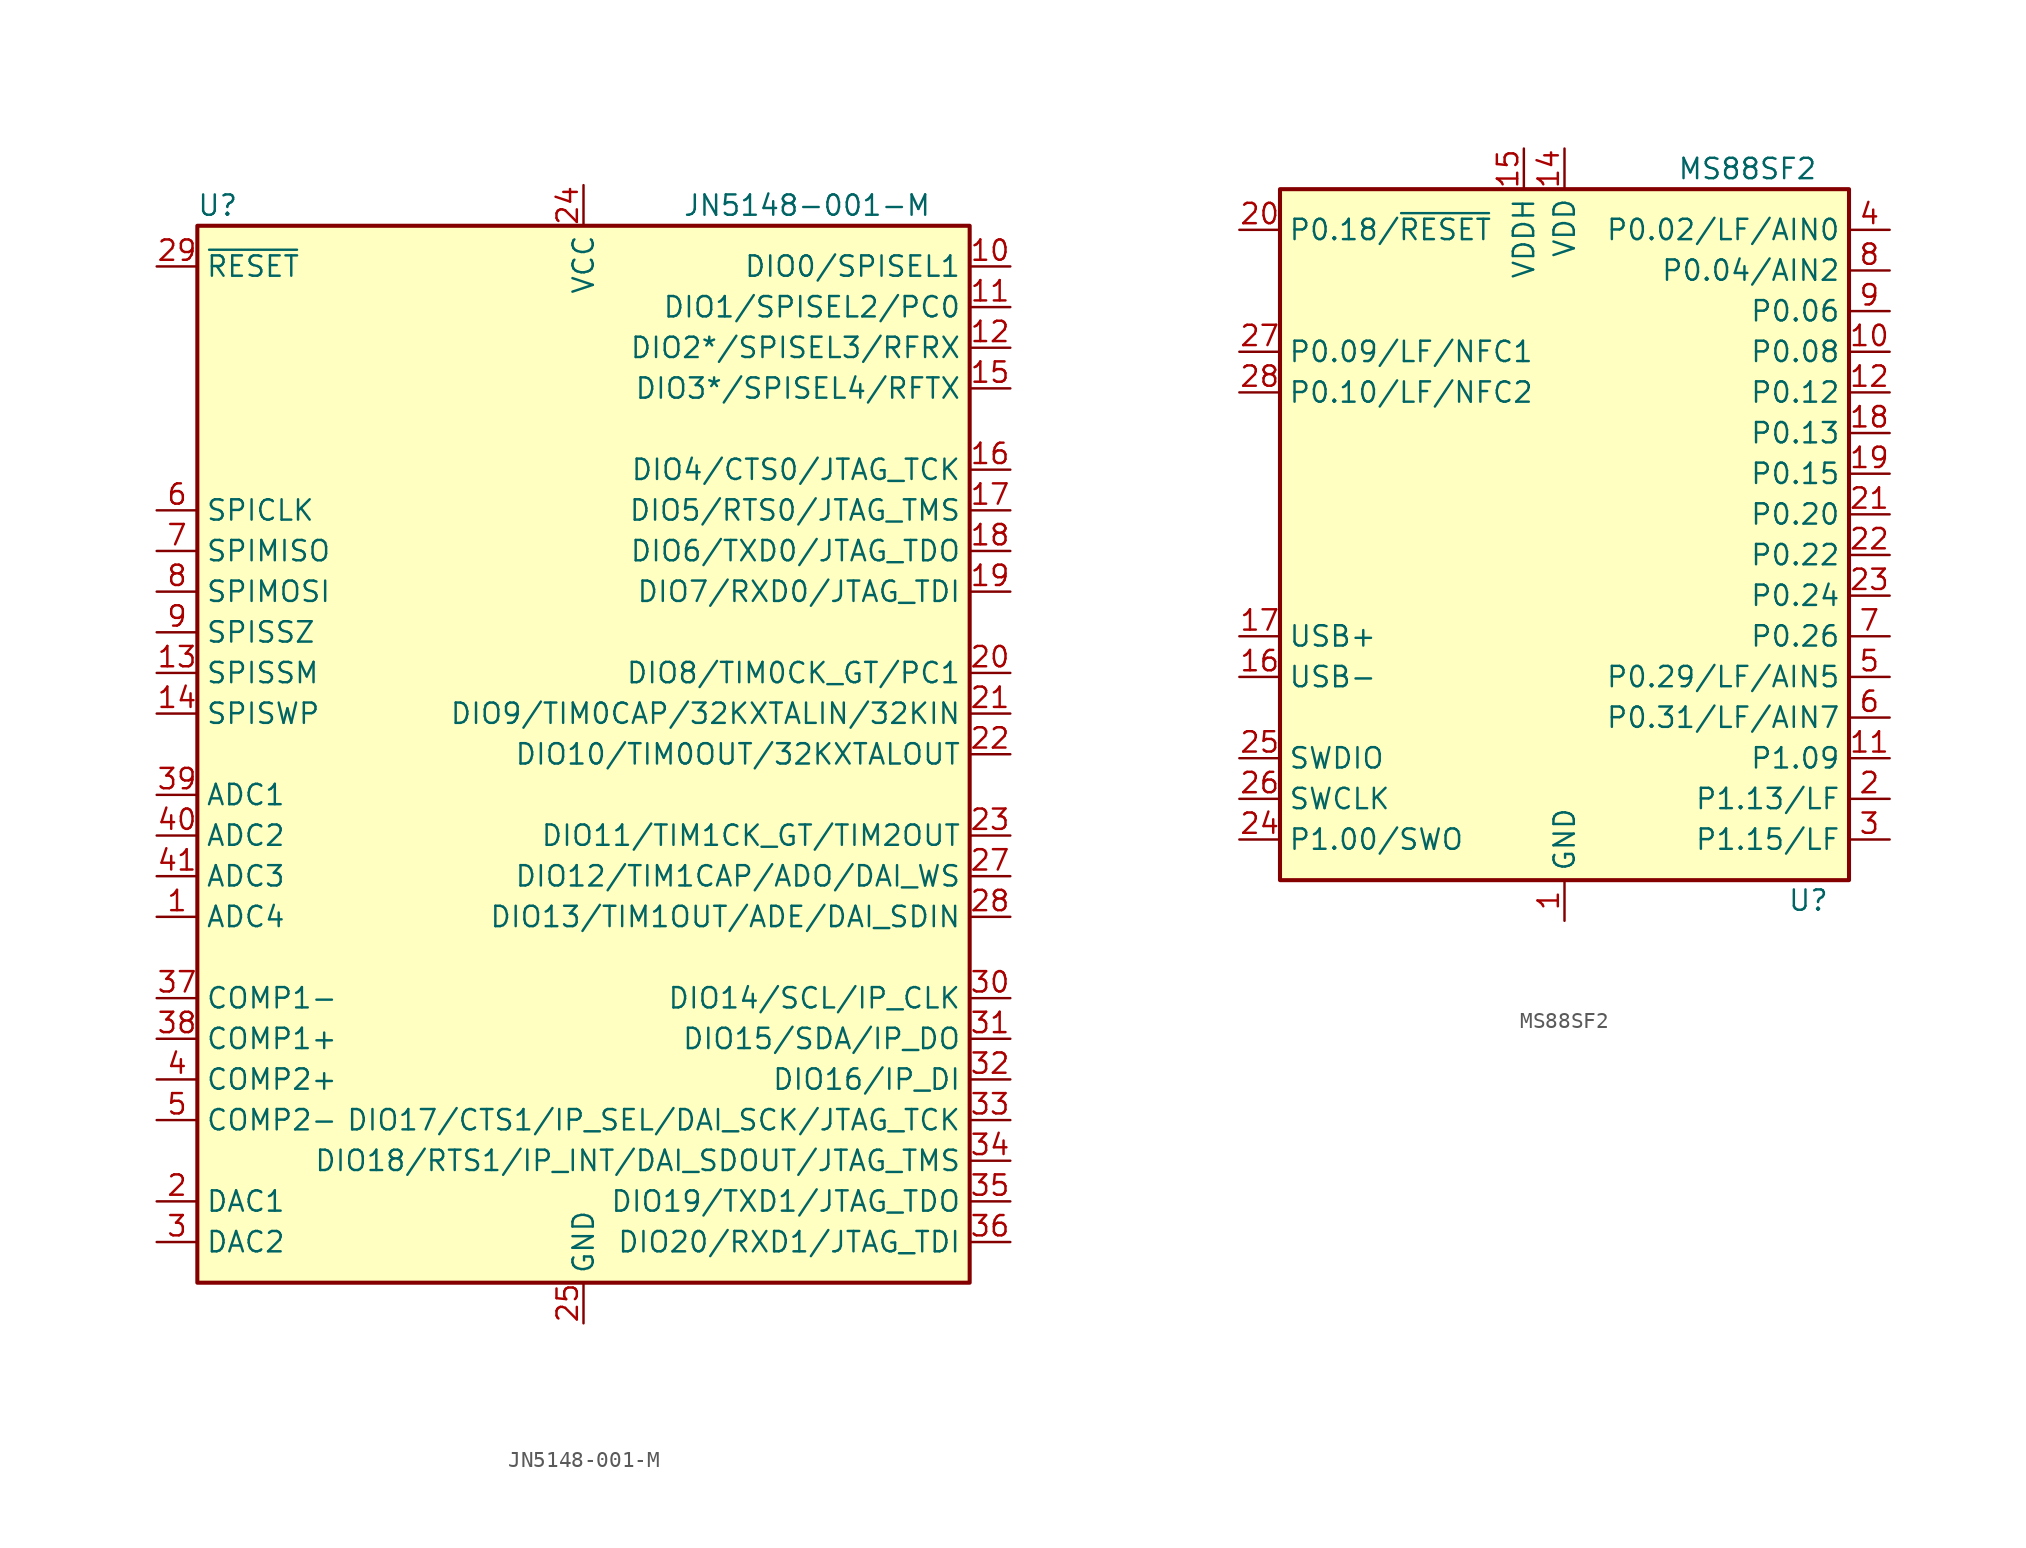
<source format=kicad_sym>
(kicad_symbol_lib
  (version 20211014)
  (generator kicad_symbol_editor)
  (symbol "JN5148-001-M"
    (property "Reference" "U"
      (at -22.86 34.29 0)
      (effects (font (size 1.27 1.27))))
    (property "Value" "JN5148-001-M"
      (at 13.97 34.29 0)
      (effects (font (size 1.27 1.27))))
    (symbol "JN5148-001-M_0_0"
      (pin output line (at -26.67 -27.94 0) (length 2.54) (name "DAC1" (effects (font (size 1.27 1.27)))) (number "2" (effects (font (size 1.27 1.27)))))
      (pin output line (at -26.67 -30.48 0) (length 2.54) (name "DAC2" (effects (font (size 1.27 1.27)))) (number "3" (effects (font (size 1.27 1.27))))))
    (symbol "JN5148-001-M_1_0"
      (rectangle (start -24.13 -33.02) (end 24.13 33.02) (stroke (width 0.254) (type default) (color 0 0 0 0)) (fill (type background))))
    (symbol "JN5148-001-M_1_1"
      (pin input line (at -26.67 -10.16 0) (length 2.54) (name "ADC4" (effects (font (size 1.27 1.27)))) (number "1" (effects (font (size 1.27 1.27)))))
      (pin bidirectional line (at 26.67 30.48 180) (length 2.54) (name "DIO0/SPISEL1" (effects (font (size 1.27 1.27)))) (number "10" (effects (font (size 1.27 1.27)))))
      (pin bidirectional line (at 26.67 27.94 180) (length 2.54) (name "DIO1/SPISEL2/PC0" (effects (font (size 1.27 1.27)))) (number "11" (effects (font (size 1.27 1.27)))))
      (pin bidirectional line (at 26.67 25.4 180) (length 2.54) (name "DIO2*/SPISEL3/RFRX" (effects (font (size 1.27 1.27)))) (number "12" (effects (font (size 1.27 1.27)))))
      (pin input line (at -26.67 5.08 0) (length 2.54) (name "SPISSM" (effects (font (size 1.27 1.27)))) (number "13" (effects (font (size 1.27 1.27)))))
      (pin input line (at -26.67 2.54 0) (length 2.54) (name "SPISWP" (effects (font (size 1.27 1.27)))) (number "14" (effects (font (size 1.27 1.27)))))
      (pin bidirectional line (at 26.67 22.86 180) (length 2.54) (name "DIO3*/SPISEL4/RFTX" (effects (font (size 1.27 1.27)))) (number "15" (effects (font (size 1.27 1.27)))))
      (pin bidirectional line (at 26.67 17.78 180) (length 2.54) (name "DIO4/CTS0/JTAG_TCK" (effects (font (size 1.27 1.27)))) (number "16" (effects (font (size 1.27 1.27)))))
      (pin bidirectional line (at 26.67 15.24 180) (length 2.54) (name "DIO5/RTS0/JTAG_TMS" (effects (font (size 1.27 1.27)))) (number "17" (effects (font (size 1.27 1.27)))))
      (pin bidirectional line (at 26.67 12.7 180) (length 2.54) (name "DIO6/TXD0/JTAG_TDO" (effects (font (size 1.27 1.27)))) (number "18" (effects (font (size 1.27 1.27)))))
      (pin bidirectional line (at 26.67 10.16 180) (length 2.54) (name "DIO7/RXD0/JTAG_TDI" (effects (font (size 1.27 1.27)))) (number "19" (effects (font (size 1.27 1.27)))))
      (pin bidirectional line (at 26.67 5.08 180) (length 2.54) (name "DIO8/TIM0CK_GT/PC1" (effects (font (size 1.27 1.27)))) (number "20" (effects (font (size 1.27 1.27)))))
      (pin bidirectional line (at 26.67 2.54 180) (length 2.54) (name "DIO9/TIM0CAP/32KXTALIN/32KIN" (effects (font (size 1.27 1.27)))) (number "21" (effects (font (size 1.27 1.27)))))
      (pin bidirectional line (at 26.67 0 180) (length 2.54) (name "DIO10/TIM0OUT/32KXTALOUT" (effects (font (size 1.27 1.27)))) (number "22" (effects (font (size 1.27 1.27)))))
      (pin bidirectional line (at 26.67 -5.08 180) (length 2.54) (name "DIO11/TIM1CK_GT/TIM2OUT" (effects (font (size 1.27 1.27)))) (number "23" (effects (font (size 1.27 1.27)))))
      (pin power_in line (at 0 35.56 270) (length 2.54) (name "VCC" (effects (font (size 1.27 1.27)))) (number "24" (effects (font (size 1.27 1.27)))))
      (pin power_in line (at 0 -35.56 90) (length 2.54) (name "GND" (effects (font (size 1.27 1.27)))) (number "25" (effects (font (size 1.27 1.27)))))
      (pin passive line (at 0 -35.56 90) (length 2.54) hide (name "GNDA" (effects (font (size 1.27 1.27)))) (number "26" (effects (font (size 1.27 1.27)))))
      (pin bidirectional line (at 26.67 -7.62 180) (length 2.54) (name "DIO12/TIM1CAP/ADO/DAI_WS" (effects (font (size 1.27 1.27)))) (number "27" (effects (font (size 1.27 1.27)))))
      (pin bidirectional line (at 26.67 -10.16 180) (length 2.54) (name "DIO13/TIM1OUT/ADE/DAI_SDIN" (effects (font (size 1.27 1.27)))) (number "28" (effects (font (size 1.27 1.27)))))
      (pin input line (at -26.67 30.48 0) (length 2.54) (name "~{RESET}" (effects (font (size 1.27 1.27)))) (number "29" (effects (font (size 1.27 1.27)))))
      (pin bidirectional line (at 26.67 -15.24 180) (length 2.54) (name "DIO14/SCL/IP_CLK" (effects (font (size 1.27 1.27)))) (number "30" (effects (font (size 1.27 1.27)))))
      (pin bidirectional line (at 26.67 -17.78 180) (length 2.54) (name "DIO15/SDA/IP_DO" (effects (font (size 1.27 1.27)))) (number "31" (effects (font (size 1.27 1.27)))))
      (pin bidirectional line (at 26.67 -20.32 180) (length 2.54) (name "DIO16/IP_DI" (effects (font (size 1.27 1.27)))) (number "32" (effects (font (size 1.27 1.27)))))
      (pin bidirectional line (at 26.67 -22.86 180) (length 2.54) (name "DIO17/CTS1/IP_SEL/DAI_SCK/JTAG_TCK" (effects (font (size 1.27 1.27)))) (number "33" (effects (font (size 1.27 1.27)))))
      (pin bidirectional line (at 26.67 -25.4 180) (length 2.54) (name "DIO18/RTS1/IP_INT/DAI_SDOUT/JTAG_TMS" (effects (font (size 1.27 1.27)))) (number "34" (effects (font (size 1.27 1.27)))))
      (pin bidirectional line (at 26.67 -27.94 180) (length 2.54) (name "DIO19/TXD1/JTAG_TDO" (effects (font (size 1.27 1.27)))) (number "35" (effects (font (size 1.27 1.27)))))
      (pin bidirectional line (at 26.67 -30.48 180) (length 2.54) (name "DIO20/RXD1/JTAG_TDI" (effects (font (size 1.27 1.27)))) (number "36" (effects (font (size 1.27 1.27)))))
      (pin input line (at -26.67 -15.24 0) (length 2.54) (name "COMP1-" (effects (font (size 1.27 1.27)))) (number "37" (effects (font (size 1.27 1.27)))))
      (pin input line (at -26.67 -17.78 0) (length 2.54) (name "COMP1+" (effects (font (size 1.27 1.27)))) (number "38" (effects (font (size 1.27 1.27)))))
      (pin input line (at -26.67 -2.54 0) (length 2.54) (name "ADC1" (effects (font (size 1.27 1.27)))) (number "39" (effects (font (size 1.27 1.27)))))
      (pin input line (at -26.67 -20.32 0) (length 2.54) (name "COMP2+" (effects (font (size 1.27 1.27)))) (number "4" (effects (font (size 1.27 1.27)))))
      (pin input line (at -26.67 -5.08 0) (length 2.54) (name "ADC2" (effects (font (size 1.27 1.27)))) (number "40" (effects (font (size 1.27 1.27)))))
      (pin input line (at -26.67 -7.62 0) (length 2.54) (name "ADC3" (effects (font (size 1.27 1.27)))) (number "41" (effects (font (size 1.27 1.27)))))
      (pin input line (at -26.67 -22.86 0) (length 2.54) (name "COMP2-" (effects (font (size 1.27 1.27)))) (number "5" (effects (font (size 1.27 1.27)))))
      (pin output line (at -26.67 15.24 0) (length 2.54) (name "SPICLK" (effects (font (size 1.27 1.27)))) (number "6" (effects (font (size 1.27 1.27)))))
      (pin input line (at -26.67 12.7 0) (length 2.54) (name "SPIMISO" (effects (font (size 1.27 1.27)))) (number "7" (effects (font (size 1.27 1.27)))))
      (pin output line (at -26.67 10.16 0) (length 2.54) (name "SPIMOSI" (effects (font (size 1.27 1.27)))) (number "8" (effects (font (size 1.27 1.27)))))
      (pin output line (at -26.67 7.62 0) (length 2.54) (name "SPISSZ" (effects (font (size 1.27 1.27)))) (number "9" (effects (font (size 1.27 1.27)))))))
  (symbol "MS88SF2"
    (property "Reference" "U"
      (at 15.24 -22.86 0)
      (effects (font (size 1.27 1.27))))
    (property "Value" "MS88SF2"
      (at 11.43 22.86 0)
      (effects (font (size 1.27 1.27))))
    (symbol "MS88SF2_1_0"
      (rectangle (start -17.78 -21.59) (end 17.78 21.59) (stroke (width 0.254) (type default) (color 0 0 0 0)) (fill (type background))))
    (symbol "MS88SF2_1_1"
      (pin power_in line (at 0 -24.13 90) (length 2.54) (name "GND" (effects (font (size 1.27 1.27)))) (number "1" (effects (font (size 1.27 1.27)))))
      (pin bidirectional line (at 20.32 11.43 180) (length 2.54) (name "P0.08" (effects (font (size 1.27 1.27)))) (number "10" (effects (font (size 1.27 1.27)))))
      (pin bidirectional line (at 20.32 -13.97 180) (length 2.54) (name "P1.09" (effects (font (size 1.27 1.27)))) (number "11" (effects (font (size 1.27 1.27)))))
      (pin bidirectional line (at 20.32 8.89 180) (length 2.54) (name "P0.12" (effects (font (size 1.27 1.27)))) (number "12" (effects (font (size 1.27 1.27)))))
      (pin passive line (at 0 -24.13 90) (length 2.54) hide (name "GNDA" (effects (font (size 1.27 1.27)))) (number "13" (effects (font (size 1.27 1.27)))))
      (pin passive line (at 0 24.13 270) (length 2.54) (name "VDD" (effects (font (size 1.27 1.27)))) (number "14" (effects (font (size 1.27 1.27)))))
      (pin passive line (at -2.54 24.13 270) (length 2.54) (name "VDDH" (effects (font (size 1.27 1.27)))) (number "15" (effects (font (size 1.27 1.27)))))
      (pin bidirectional line (at -20.32 -8.89 0) (length 2.54) (name "USB-" (effects (font (size 1.27 1.27)))) (number "16" (effects (font (size 1.27 1.27)))))
      (pin bidirectional line (at -20.32 -6.35 0) (length 2.54) (name "USB+" (effects (font (size 1.27 1.27)))) (number "17" (effects (font (size 1.27 1.27)))))
      (pin bidirectional line (at 20.32 6.35 180) (length 2.54) (name "P0.13" (effects (font (size 1.27 1.27)))) (number "18" (effects (font (size 1.27 1.27)))))
      (pin bidirectional line (at 20.32 3.81 180) (length 2.54) (name "P0.15" (effects (font (size 1.27 1.27)))) (number "19" (effects (font (size 1.27 1.27)))))
      (pin bidirectional line (at 20.32 -16.51 180) (length 2.54) (name "P1.13/LF" (effects (font (size 1.27 1.27)))) (number "2" (effects (font (size 1.27 1.27)))))
      (pin input line (at -20.32 19.05 0) (length 2.54) (name "P0.18/~{RESET}" (effects (font (size 1.27 1.27)))) (number "20" (effects (font (size 1.27 1.27)))))
      (pin bidirectional line (at 20.32 1.27 180) (length 2.54) (name "P0.20" (effects (font (size 1.27 1.27)))) (number "21" (effects (font (size 1.27 1.27)))))
      (pin bidirectional line (at 20.32 -1.27 180) (length 2.54) (name "P0.22" (effects (font (size 1.27 1.27)))) (number "22" (effects (font (size 1.27 1.27)))))
      (pin bidirectional line (at 20.32 -3.81 180) (length 2.54) (name "P0.24" (effects (font (size 1.27 1.27)))) (number "23" (effects (font (size 1.27 1.27)))))
      (pin bidirectional line (at -20.32 -19.05 0) (length 2.54) (name "P1.00/SWO" (effects (font (size 1.27 1.27)))) (number "24" (effects (font (size 1.27 1.27)))))
      (pin bidirectional line (at -20.32 -13.97 0) (length 2.54) (name "SWDIO" (effects (font (size 1.27 1.27)))) (number "25" (effects (font (size 1.27 1.27)))))
      (pin bidirectional line (at -20.32 -16.51 0) (length 2.54) (name "SWCLK" (effects (font (size 1.27 1.27)))) (number "26" (effects (font (size 1.27 1.27)))))
      (pin bidirectional line (at -20.32 11.43 0) (length 2.54) (name "P0.09/LF/NFC1" (effects (font (size 1.27 1.27)))) (number "27" (effects (font (size 1.27 1.27)))))
      (pin bidirectional line (at -20.32 8.89 0) (length 2.54) (name "P0.10/LF/NFC2" (effects (font (size 1.27 1.27)))) (number "28" (effects (font (size 1.27 1.27)))))
      (pin bidirectional line (at 20.32 -19.05 180) (length 2.54) (name "P1.15/LF" (effects (font (size 1.27 1.27)))) (number "3" (effects (font (size 1.27 1.27)))))
      (pin bidirectional line (at 20.32 19.05 180) (length 2.54) (name "P0.02/LF/AIN0" (effects (font (size 1.27 1.27)))) (number "4" (effects (font (size 1.27 1.27)))))
      (pin bidirectional line (at 20.32 -8.89 180) (length 2.54) (name "P0.29/LF/AIN5" (effects (font (size 1.27 1.27)))) (number "5" (effects (font (size 1.27 1.27)))))
      (pin bidirectional line (at 20.32 -11.43 180) (length 2.54) (name "P0.31/LF/AIN7" (effects (font (size 1.27 1.27)))) (number "6" (effects (font (size 1.27 1.27)))))
      (pin bidirectional line (at 20.32 -6.35 180) (length 2.54) (name "P0.26" (effects (font (size 1.27 1.27)))) (number "7" (effects (font (size 1.27 1.27)))))
      (pin bidirectional line (at 20.32 16.51 180) (length 2.54) (name "P0.04/AIN2" (effects (font (size 1.27 1.27)))) (number "8" (effects (font (size 1.27 1.27)))))
      (pin bidirectional line (at 20.32 13.97 180) (length 2.54) (name "P0.06" (effects (font (size 1.27 1.27)))) (number "9" (effects (font (size 1.27 1.27))))))))
</source>
